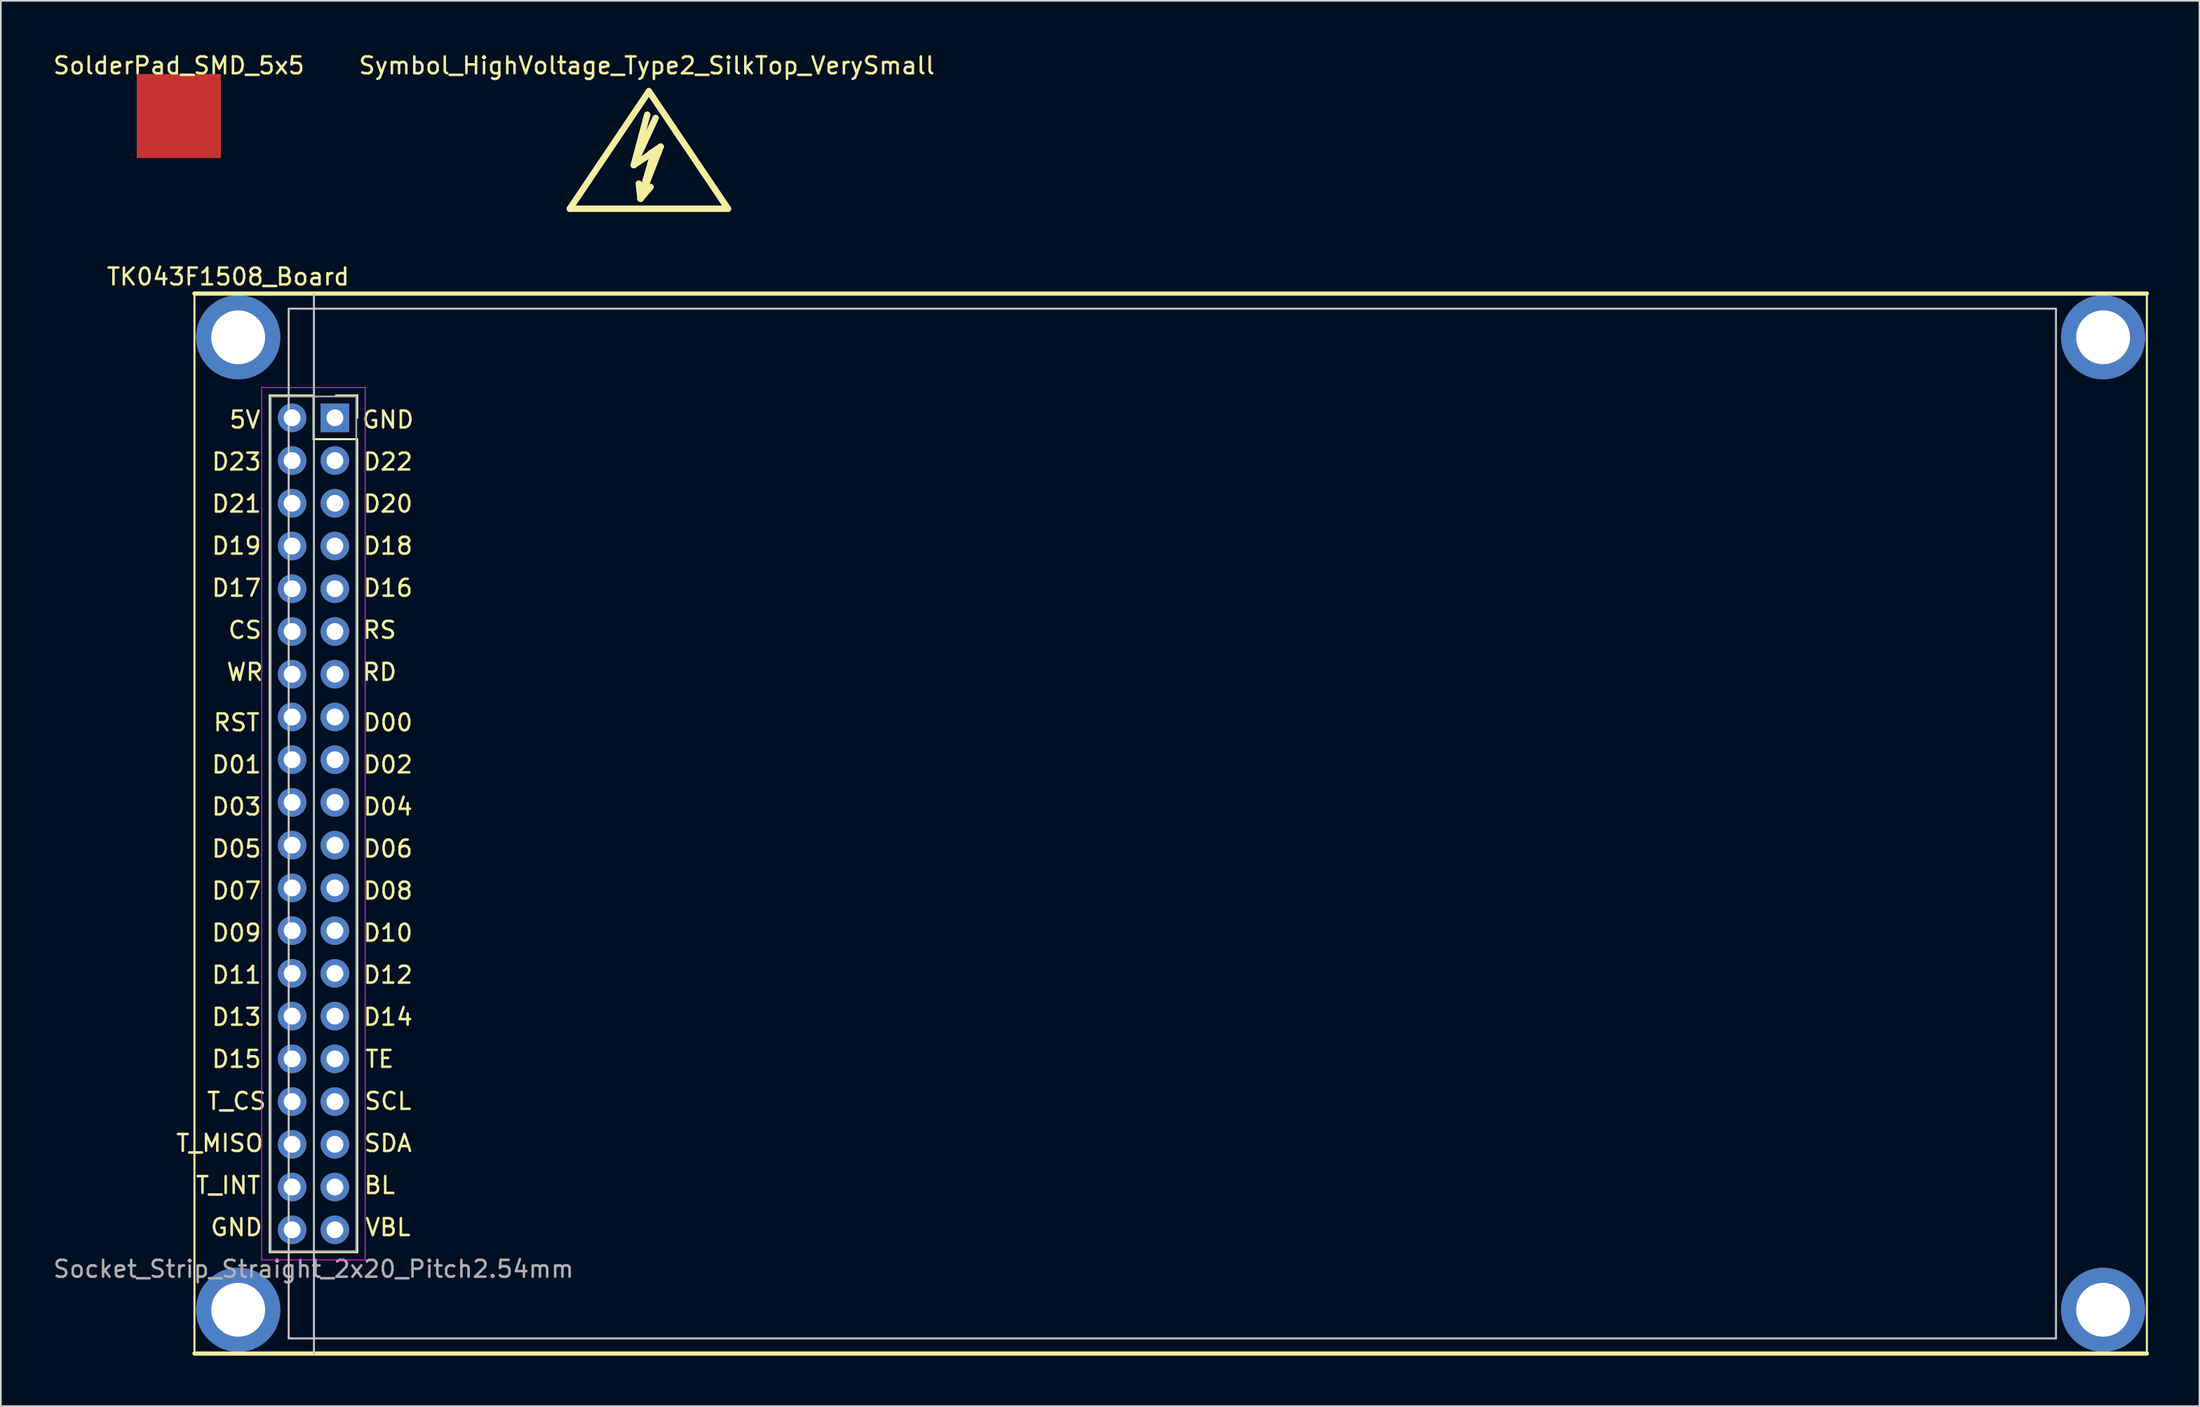
<source format=kicad_pcb>
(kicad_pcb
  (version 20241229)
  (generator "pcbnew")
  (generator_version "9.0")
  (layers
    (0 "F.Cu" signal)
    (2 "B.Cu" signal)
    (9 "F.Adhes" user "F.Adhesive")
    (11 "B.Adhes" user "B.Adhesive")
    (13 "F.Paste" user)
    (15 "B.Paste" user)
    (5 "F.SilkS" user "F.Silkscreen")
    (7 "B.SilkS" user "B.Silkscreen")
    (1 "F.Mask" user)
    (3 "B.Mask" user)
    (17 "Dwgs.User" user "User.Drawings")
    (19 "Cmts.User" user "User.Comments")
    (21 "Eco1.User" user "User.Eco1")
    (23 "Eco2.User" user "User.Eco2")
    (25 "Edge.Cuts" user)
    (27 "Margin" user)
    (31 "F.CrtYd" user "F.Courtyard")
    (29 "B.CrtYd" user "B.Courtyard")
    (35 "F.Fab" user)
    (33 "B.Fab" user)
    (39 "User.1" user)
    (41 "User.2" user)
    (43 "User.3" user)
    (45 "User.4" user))
  (footprint "SolderPad_SMD_5x5"
    (layer "F.Cu")
    (at 7.577 3.848)
    (property "Reference" "SolderPad_SMD_5x5" (at 0 -3 0) (layer "F.SilkS") (effects (font (size 1 1) (thickness 0.15))))
    (attr through_hole)
    (pad "1" smd rect (at 0 0) (size 5 5) (layers "F.Cu" "F.Mask" "F.Paste")))
  (footprint "TK043F1508_Board"
    (layer "F.Cu")
    (at 8.502 45.896)
    (property "Reference" "TK043F1508_Board" (at 2 -32.5 0) (layer "F.SilkS") (effects (font (size 1 1) (thickness 0.15))))
    (attr through_hole)
    (fp_line (start 0 -31.5) (end 0 31.5) (stroke (width 0.12) (type solid)) (layer "F.SilkS"))
    (fp_line (start 0 -31.5) (end 116 -31.5) (stroke (width 0.25) (type solid)) (layer "F.SilkS"))
    (fp_line (start 0 31.5) (end 116 31.5) (stroke (width 0.25) (type solid)) (layer "F.SilkS"))
    (fp_line (start 4.475 -25.443) (end 7.075 -25.443) (stroke (width 0.12) (type solid)) (layer "F.SilkS"))
    (fp_line (start 4.475 25.477) (end 4.475 -25.443) (stroke (width 0.12) (type solid)) (layer "F.SilkS"))
    (fp_line (start 7.075 -25.443) (end 7.075 -22.843) (stroke (width 0.12) (type solid)) (layer "F.SilkS"))
    (fp_line (start 7.075 -22.843) (end 9.675 -22.843) (stroke (width 0.12) (type solid)) (layer "F.SilkS"))
    (fp_line (start 9.675 -25.443) (end 8.405 -25.443) (stroke (width 0.12) (type solid)) (layer "F.SilkS"))
    (fp_line (start 9.675 -24.113) (end 9.675 -25.443) (stroke (width 0.12) (type solid)) (layer "F.SilkS"))
    (fp_line (start 9.675 -22.843) (end 9.675 25.477) (stroke (width 0.12) (type solid)) (layer "F.SilkS"))
    (fp_line (start 9.675 25.477) (end 4.475 25.477) (stroke (width 0.12) (type solid)) (layer "F.SilkS"))
    (fp_line (start 116 31.5) (end 116 -31.5) (stroke (width 0.12) (type solid)) (layer "F.SilkS"))
    (fp_line (start 5.6 -30.6) (end 5.6 30.6) (stroke (width 0.12) (type solid)) (layer "Dwgs.User"))
    (fp_line (start 7.1 -31.5) (end 7.1 31.5) (stroke (width 0.12) (type solid)) (layer "Dwgs.User"))
    (fp_line (start 110.6 -30.6) (end 5.6 -30.6) (stroke (width 0.12) (type solid)) (layer "Dwgs.User"))
    (fp_line (start 110.6 30.6) (end 5.6 30.6) (stroke (width 0.12) (type solid)) (layer "Dwgs.User"))
    (fp_line (start 110.6 30.6) (end 110.6 -30.6) (stroke (width 0.12) (type solid)) (layer "Dwgs.User"))
    (fp_line (start 3.995 -25.913) (end 3.995 25.937) (stroke (width 0.05) (type solid)) (layer "F.CrtYd"))
    (fp_line (start 3.995 25.937) (end 10.145 25.937) (stroke (width 0.05) (type solid)) (layer "F.CrtYd"))
    (fp_line (start 10.145 -25.913) (end 3.995 -25.913) (stroke (width 0.05) (type solid)) (layer "F.CrtYd"))
    (fp_line (start 10.145 25.937) (end 10.145 -25.913) (stroke (width 0.05) (type solid)) (layer "F.CrtYd"))
    (fp_line (start 4.535 -25.383) (end 4.535 25.417) (stroke (width 0.1) (type solid)) (layer "F.Fab"))
    (fp_line (start 4.535 25.417) (end 9.615 25.417) (stroke (width 0.1) (type solid)) (layer "F.Fab"))
    (fp_line (start 9.615 -25.383) (end 4.535 -25.383) (stroke (width 0.1) (type solid)) (layer "F.Fab"))
    (fp_line (start 9.615 25.417) (end 9.615 -25.383) (stroke (width 0.1) (type solid)) (layer "F.Fab"))
    (fp_text user "D23" (at 2.5 -21.5 0) (layer "F.SilkS") (effects (font (size 1 1) (thickness 0.15))))
    (fp_text user "CS" (at 3 -11.5 0) (layer "F.SilkS") (effects (font (size 1 1) (thickness 0.15))))
    (fp_text user "TE" (at 11 14 0) (layer "F.SilkS") (effects (font (size 1 1) (thickness 0.15))))
    (fp_text user "D00" (at 11.5 -6 0) (layer "F.SilkS") (effects (font (size 1 1) (thickness 0.15))))
    (fp_text user "D13" (at 2.5 11.5 0) (layer "F.SilkS") (effects (font (size 1 1) (thickness 0.15))))
    (fp_text user "D06" (at 11.5 1.5 0) (layer "F.SilkS") (effects (font (size 1 1) (thickness 0.15))))
    (fp_text user "D01" (at 2.5 -3.5 0) (layer "F.SilkS") (effects (font (size 1 1) (thickness 0.15))))
    (fp_text user "D14" (at 11.5 11.5 0) (layer "F.SilkS") (effects (font (size 1 1) (thickness 0.15))))
    (fp_text user "T_INT" (at 2 21.5 0) (layer "F.SilkS") (effects (font (size 1 1) (thickness 0.15))))
    (fp_text user "5V" (at 3 -24 0) (layer "F.SilkS") (effects (font (size 1 1) (thickness 0.15))))
    (fp_text user "D21" (at 2.5 -19 0) (layer "F.SilkS") (effects (font (size 1 1) (thickness 0.15))))
    (fp_text user "RD" (at 11 -9 0) (layer "F.SilkS") (effects (font (size 1 1) (thickness 0.15))))
    (fp_text user "D08" (at 11.5 4 0) (layer "F.SilkS") (effects (font (size 1 1) (thickness 0.15))))
    (fp_text user "D10" (at 11.5 6.5 0) (layer "F.SilkS") (effects (font (size 1 1) (thickness 0.15))))
    (fp_text user "D17" (at 2.5 -14 0) (layer "F.SilkS") (effects (font (size 1 1) (thickness 0.15))))
    (fp_text user "VBL" (at 11.5 24 0) (layer "F.SilkS") (effects (font (size 1 1) (thickness 0.15))))
    (fp_text user "WR" (at 3 -9 0) (layer "F.SilkS") (effects (font (size 1 1) (thickness 0.15))))
    (fp_text user "D05" (at 2.5 1.5 0) (layer "F.SilkS") (effects (font (size 1 1) (thickness 0.15))))
    (fp_text user "D12" (at 11.5 9 0) (layer "F.SilkS") (effects (font (size 1 1) (thickness 0.15))))
    (fp_text user "D07" (at 2.5 4 0) (layer "F.SilkS") (effects (font (size 1 1) (thickness 0.15))))
    (fp_text user "T_MISO" (at 1.5 19 0) (layer "F.SilkS") (effects (font (size 1 1) (thickness 0.15))))
    (fp_text user "GND" (at 2.5 24 0) (layer "F.SilkS") (effects (font (size 1 1) (thickness 0.15))))
    (fp_text user "D15" (at 2.5 14 0) (layer "F.SilkS") (effects (font (size 1 1) (thickness 0.15))))
    (fp_text user "SCL" (at 11.5 16.5 0) (layer "F.SilkS") (effects (font (size 1 1) (thickness 0.15))))
    (fp_text user "D19" (at 2.5 -16.5 0) (layer "F.SilkS") (effects (font (size 1 1) (thickness 0.15))))
    (fp_text user "T_CS" (at 2.5 16.5 0) (layer "F.SilkS") (effects (font (size 1 1) (thickness 0.15))))
    (fp_text user "D18" (at 11.5 -16.5 0) (layer "F.SilkS") (effects (font (size 1 1) (thickness 0.15))))
    (fp_text user "D04" (at 11.5 -1 0) (layer "F.SilkS") (effects (font (size 1 1) (thickness 0.15))))
    (fp_text user "RST" (at 2.5 -6 0) (layer "F.SilkS") (effects (font (size 1 1) (thickness 0.15))))
    (fp_text user "SDA" (at 11.5 19 0) (layer "F.SilkS") (effects (font (size 1 1) (thickness 0.15))))
    (fp_text user "BL" (at 11 21.5 0) (layer "F.SilkS") (effects (font (size 1 1) (thickness 0.15))))
    (fp_text user "GND" (at 11.5 -24 0) (layer "F.SilkS") (effects (font (size 1 1) (thickness 0.15))))
    (fp_text user "RS" (at 11 -11.5 0) (layer "F.SilkS") (effects (font (size 1 1) (thickness 0.15))))
    (fp_text user "D11" (at 2.5 9 0) (layer "F.SilkS") (effects (font (size 1 1) (thickness 0.15))))
    (fp_text user "D22" (at 11.5 -21.5 0) (layer "F.SilkS") (effects (font (size 1 1) (thickness 0.15))))
    (fp_text user "D03" (at 2.5 -1 0) (layer "F.SilkS") (effects (font (size 1 1) (thickness 0.15))))
    (fp_text user "D16" (at 11.5 -14 0) (layer "F.SilkS") (effects (font (size 1 1) (thickness 0.15))))
    (fp_text user "D20" (at 11.5 -19 0) (layer "F.SilkS") (effects (font (size 1 1) (thickness 0.15))))
    (fp_text user "D02" (at 11.5 -3.5 0) (layer "F.SilkS") (effects (font (size 1 1) (thickness 0.15))))
    (fp_text user "D09" (at 2.5 6.5 0) (layer "F.SilkS") (effects (font (size 1 1) (thickness 0.15))))
    (fp_text user "Socket_Strip_Straight_2x20_Pitch2.54mm" (at 7.075 26.477 0) (layer "F.Fab") (effects (font (size 1 1) (thickness 0.15))))
    (pad "0" thru_hole circle (at 2.6 -28.9) (size 5 5) (drill 3.2) (layers "*.Cu" "*.Mask"))
    (pad "0" thru_hole circle (at 2.6 28.9) (size 5 5) (drill 3.2) (layers "*.Cu" "*.Mask"))
    (pad "0" thru_hole circle (at 113.4 -28.9) (size 5 5) (drill 3.2) (layers "*.Cu" "*.Mask"))
    (pad "0" thru_hole circle (at 113.4 28.9) (size 5 5) (drill 3.2) (layers "*.Cu" "*.Mask"))
    (pad "1" thru_hole rect (at 8.345 -24.113) (size 1.7 1.7) (drill 1) (layers "*.Cu" "*.Mask"))
    (pad "2" thru_hole oval (at 5.805 -24.113) (size 1.7 1.7) (drill 1) (layers "*.Cu" "*.Mask"))
    (pad "3" thru_hole oval (at 8.345 -21.573) (size 1.7 1.7) (drill 1) (layers "*.Cu" "*.Mask"))
    (pad "4" thru_hole oval (at 5.805 -21.573) (size 1.7 1.7) (drill 1) (layers "*.Cu" "*.Mask"))
    (pad "5" thru_hole oval (at 8.345 -19.033) (size 1.7 1.7) (drill 1) (layers "*.Cu" "*.Mask"))
    (pad "6" thru_hole oval (at 5.805 -19.033) (size 1.7 1.7) (drill 1) (layers "*.Cu" "*.Mask"))
    (pad "7" thru_hole oval (at 8.345 -16.493) (size 1.7 1.7) (drill 1) (layers "*.Cu" "*.Mask"))
    (pad "8" thru_hole oval (at 5.805 -16.493) (size 1.7 1.7) (drill 1) (layers "*.Cu" "*.Mask"))
    (pad "9" thru_hole oval (at 8.345 -13.953) (size 1.7 1.7) (drill 1) (layers "*.Cu" "*.Mask"))
    (pad "10" thru_hole oval (at 5.805 -13.953) (size 1.7 1.7) (drill 1) (layers "*.Cu" "*.Mask"))
    (pad "11" thru_hole oval (at 8.345 -11.413) (size 1.7 1.7) (drill 1) (layers "*.Cu" "*.Mask"))
    (pad "12" thru_hole oval (at 5.805 -11.413) (size 1.7 1.7) (drill 1) (layers "*.Cu" "*.Mask"))
    (pad "13" thru_hole oval (at 8.345 -8.873) (size 1.7 1.7) (drill 1) (layers "*.Cu" "*.Mask"))
    (pad "14" thru_hole oval (at 5.805 -8.873) (size 1.7 1.7) (drill 1) (layers "*.Cu" "*.Mask"))
    (pad "15" thru_hole oval (at 8.345 -6.333) (size 1.7 1.7) (drill 1) (layers "*.Cu" "*.Mask"))
    (pad "16" thru_hole oval (at 5.805 -6.333) (size 1.7 1.7) (drill 1) (layers "*.Cu" "*.Mask"))
    (pad "17" thru_hole oval (at 8.345 -3.793) (size 1.7 1.7) (drill 1) (layers "*.Cu" "*.Mask"))
    (pad "18" thru_hole oval (at 5.805 -3.793) (size 1.7 1.7) (drill 1) (layers "*.Cu" "*.Mask"))
    (pad "19" thru_hole oval (at 8.345 -1.253) (size 1.7 1.7) (drill 1) (layers "*.Cu" "*.Mask"))
    (pad "20" thru_hole oval (at 5.805 -1.253) (size 1.7 1.7) (drill 1) (layers "*.Cu" "*.Mask"))
    (pad "21" thru_hole oval (at 8.345 1.287) (size 1.7 1.7) (drill 1) (layers "*.Cu" "*.Mask"))
    (pad "22" thru_hole oval (at 5.805 1.287) (size 1.7 1.7) (drill 1) (layers "*.Cu" "*.Mask"))
    (pad "23" thru_hole oval (at 8.345 3.827) (size 1.7 1.7) (drill 1) (layers "*.Cu" "*.Mask"))
    (pad "24" thru_hole oval (at 5.805 3.827) (size 1.7 1.7) (drill 1) (layers "*.Cu" "*.Mask"))
    (pad "25" thru_hole oval (at 8.345 6.367) (size 1.7 1.7) (drill 1) (layers "*.Cu" "*.Mask"))
    (pad "26" thru_hole oval (at 5.805 6.367) (size 1.7 1.7) (drill 1) (layers "*.Cu" "*.Mask"))
    (pad "27" thru_hole oval (at 8.345 8.907) (size 1.7 1.7) (drill 1) (layers "*.Cu" "*.Mask"))
    (pad "28" thru_hole oval (at 5.805 8.907) (size 1.7 1.7) (drill 1) (layers "*.Cu" "*.Mask"))
    (pad "29" thru_hole oval (at 8.345 11.447) (size 1.7 1.7) (drill 1) (layers "*.Cu" "*.Mask"))
    (pad "30" thru_hole oval (at 5.805 11.447) (size 1.7 1.7) (drill 1) (layers "*.Cu" "*.Mask"))
    (pad "31" thru_hole oval (at 8.345 13.987) (size 1.7 1.7) (drill 1) (layers "*.Cu" "*.Mask"))
    (pad "32" thru_hole oval (at 5.805 13.987) (size 1.7 1.7) (drill 1) (layers "*.Cu" "*.Mask"))
    (pad "33" thru_hole oval (at 8.345 16.527) (size 1.7 1.7) (drill 1) (layers "*.Cu" "*.Mask"))
    (pad "34" thru_hole oval (at 5.805 16.527) (size 1.7 1.7) (drill 1) (layers "*.Cu" "*.Mask"))
    (pad "35" thru_hole oval (at 8.345 19.067) (size 1.7 1.7) (drill 1) (layers "*.Cu" "*.Mask"))
    (pad "36" thru_hole oval (at 5.805 19.067) (size 1.7 1.7) (drill 1) (layers "*.Cu" "*.Mask"))
    (pad "37" thru_hole oval (at 8.345 21.607) (size 1.7 1.7) (drill 1) (layers "*.Cu" "*.Mask"))
    (pad "38" thru_hole oval (at 5.805 21.607) (size 1.7 1.7) (drill 1) (layers "*.Cu" "*.Mask"))
    (pad "39" thru_hole oval (at 8.345 24.147) (size 1.7 1.7) (drill 1) (layers "*.Cu" "*.Mask"))
    (pad "40" thru_hole oval (at 5.805 24.147) (size 1.7 1.7) (drill 1) (layers "*.Cu" "*.Mask")))
  (footprint "Symbol_HighVoltage_Type2_SilkTop_VerySmall"
    (layer "F.Cu")
    (at 35.502 6.563)
    (property "Reference" "Symbol_HighVoltage_Type2_SilkTop_VerySmall" (at -0.127 -5.715 0) (layer "F.SilkS") (effects (font (size 1 1) (thickness 0.15))))
    (attr through_hole)
    (fp_line (start -4.699 2.794) (end 0 -4.191) (stroke (width 0.381) (type solid)) (layer "F.SilkS"))
    (fp_line (start -0.899 0.201) (end 0.3 -0.599) (stroke (width 0.381) (type solid)) (layer "F.SilkS"))
    (fp_line (start -0.899 0.201) (end 0.401 -2.601) (stroke (width 0.381) (type solid)) (layer "F.SilkS"))
    (fp_line (start -0.498 2.2) (end -0.599 1.3) (stroke (width 0.381) (type solid)) (layer "F.SilkS"))
    (fp_line (start -0.498 2.2) (end 0.102 1.501) (stroke (width 0.381) (type solid)) (layer "F.SilkS"))
    (fp_line (start -0.498 2.2) (end 0.701 -0.899) (stroke (width 0.381) (type solid)) (layer "F.SilkS"))
    (fp_line (start -0.099 -2.799) (end -0.899 0.201) (stroke (width 0.381) (type solid)) (layer "F.SilkS"))
    (fp_line (start 0 -4.191) (end 4.699 2.794) (stroke (width 0.381) (type solid)) (layer "F.SilkS"))
    (fp_line (start 0.3 -0.599) (end -0.498 2.2) (stroke (width 0.381) (type solid)) (layer "F.SilkS"))
    (fp_line (start 0.701 -0.899) (end 0.102 -0.5) (stroke (width 0.381) (type solid)) (layer "F.SilkS"))
    (fp_line (start 4.699 2.794) (end -4.699 2.794) (stroke (width 0.381) (type solid)) (layer "F.SilkS")))
  (gr_rect
    (start -3 -3)
    (end 127.627 80.521)
    (stroke (width 0.1) (type default))
    (fill no)
    (layer "Edge.Cuts")))
</source>
